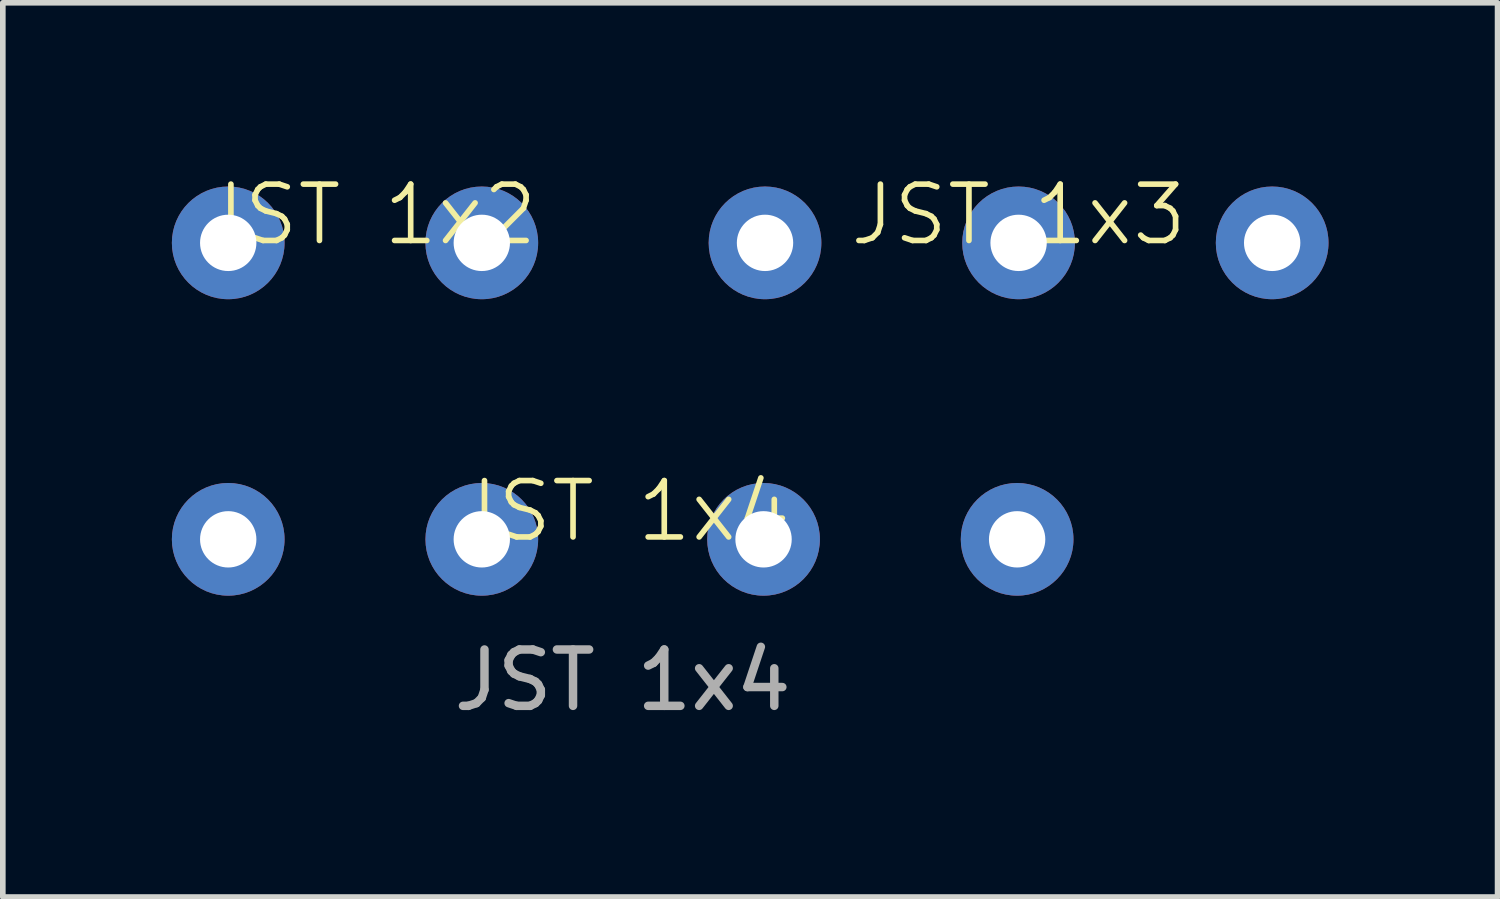
<source format=kicad_pcb>
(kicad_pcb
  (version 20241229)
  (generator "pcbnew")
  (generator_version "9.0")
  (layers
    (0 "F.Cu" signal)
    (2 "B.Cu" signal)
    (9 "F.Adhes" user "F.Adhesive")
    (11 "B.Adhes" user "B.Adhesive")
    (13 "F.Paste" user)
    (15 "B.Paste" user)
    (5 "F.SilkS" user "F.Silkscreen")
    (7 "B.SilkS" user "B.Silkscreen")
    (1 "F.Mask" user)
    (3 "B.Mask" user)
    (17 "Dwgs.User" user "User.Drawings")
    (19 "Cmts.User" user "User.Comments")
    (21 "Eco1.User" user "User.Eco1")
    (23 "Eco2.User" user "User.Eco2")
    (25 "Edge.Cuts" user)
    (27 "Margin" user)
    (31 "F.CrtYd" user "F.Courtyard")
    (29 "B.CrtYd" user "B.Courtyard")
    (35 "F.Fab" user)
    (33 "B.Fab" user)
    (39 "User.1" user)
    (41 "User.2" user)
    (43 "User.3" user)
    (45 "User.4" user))
  (footprint "JST 1x2"
    (layer "F.Cu")
    (at 3.5 1.26)
    (property "Reference" "JST 1x2" (at 0 -0.5 0) (unlocked yes) (layer "F.SilkS") (effects (font (size 1 1) (thickness 0.1))))
    (attr through_hole)
    (pad "1" thru_hole circle (at -2.5 0) (size 2 2) (drill 1) (layers "*.Cu" "*.Mask"))
    (pad "2" thru_hole circle (at 2 0) (size 2 2) (drill 1) (layers "*.Cu" "*.Mask")))
  (footprint "JST 1x4"
    (layer "F.Cu")
    (at 8 6.521)
    (property "Reference" "JST 1x4" (at 0 -0.5 0) (unlocked yes) (layer "F.SilkS") (effects (font (size 1 1) (thickness 0.1))))
    (attr through_hole)
    (fp_text user "${REFERENCE}" (at 0 2.5 0) (unlocked yes) (layer "F.Fab") (effects (font (size 1 1) (thickness 0.15))))
    (pad "1" thru_hole circle (at -7 0) (size 2 2) (drill 1) (layers "*.Cu" "*.Mask"))
    (pad "2" thru_hole circle (at -2.5 0) (size 2 2) (drill 1) (layers "*.Cu" "*.Mask"))
    (pad "3" thru_hole circle (at 2.5 0) (size 2 2) (drill 1) (layers "*.Cu" "*.Mask"))
    (pad "4" thru_hole circle (at 7 0) (size 2 2) (drill 1) (layers "*.Cu" "*.Mask")))
  (footprint "JST 1x3"
    (layer "F.Cu")
    (at 15.026 1.26)
    (property "Reference" "JST 1x3" (at 0 -0.5 0) (unlocked yes) (layer "F.SilkS") (effects (font (size 1 1) (thickness 0.1))))
    (attr through_hole)
    (pad "1" thru_hole circle (at -4.5 0) (size 2 2) (drill 1) (layers "*.Cu" "*.Mask"))
    (pad "2" thru_hole circle (at 0 0) (size 2 2) (drill 1) (layers "*.Cu" "*.Mask" "Eco1.User"))
    (pad "3" thru_hole circle (at 4.5 0) (size 2 2) (drill 1) (layers "*.Cu" "*.Mask")))
  (gr_rect
    (start -3 -3)
    (end 23.526 12.869)
    (stroke (width 0.1) (type default))
    (fill no)
    (layer "Edge.Cuts")))
</source>
